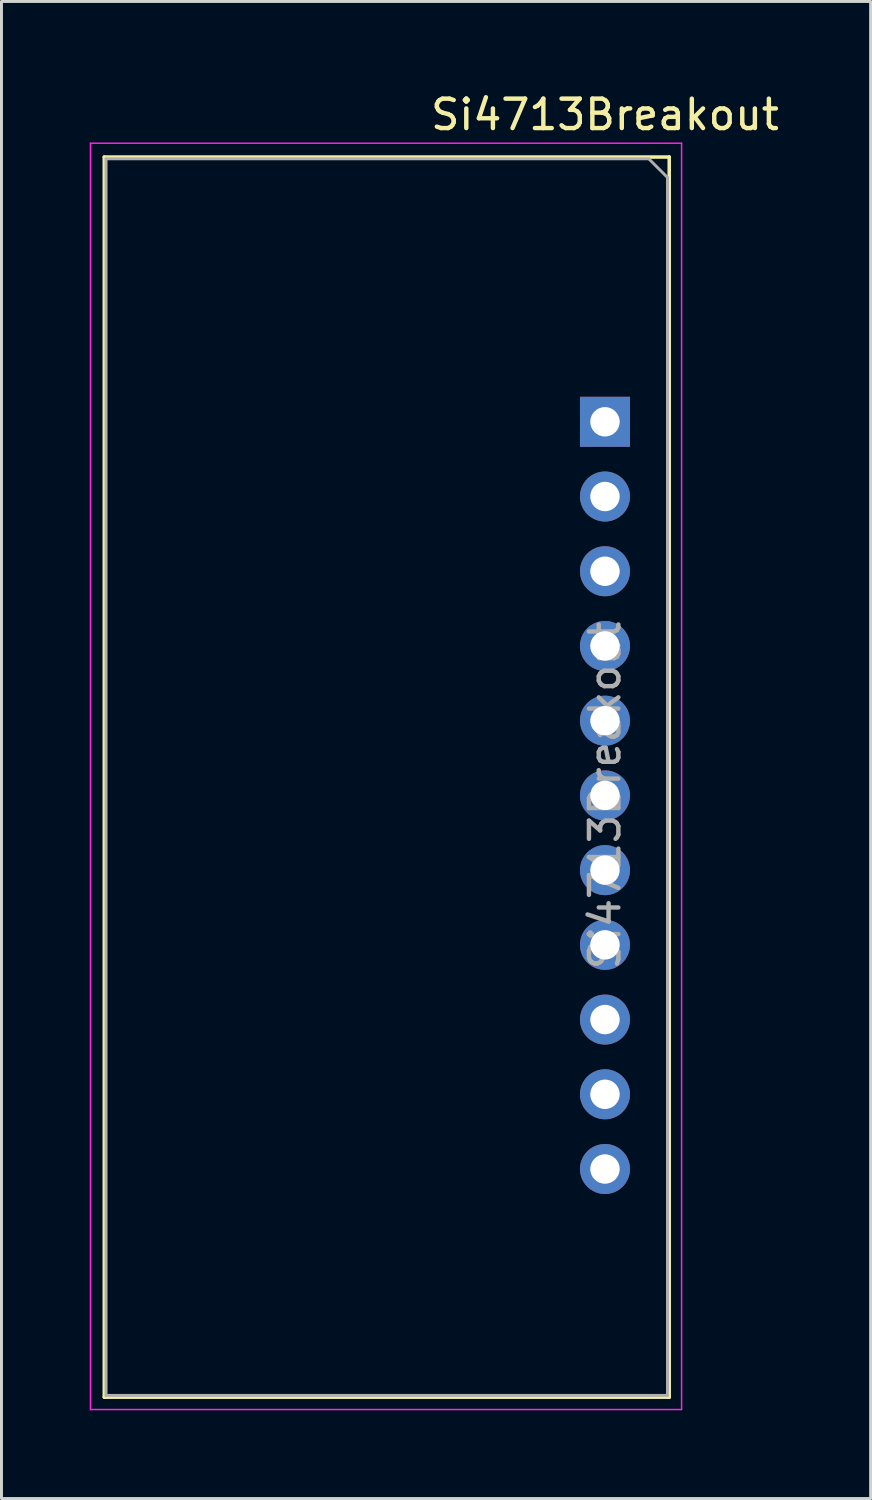
<source format=kicad_pcb>
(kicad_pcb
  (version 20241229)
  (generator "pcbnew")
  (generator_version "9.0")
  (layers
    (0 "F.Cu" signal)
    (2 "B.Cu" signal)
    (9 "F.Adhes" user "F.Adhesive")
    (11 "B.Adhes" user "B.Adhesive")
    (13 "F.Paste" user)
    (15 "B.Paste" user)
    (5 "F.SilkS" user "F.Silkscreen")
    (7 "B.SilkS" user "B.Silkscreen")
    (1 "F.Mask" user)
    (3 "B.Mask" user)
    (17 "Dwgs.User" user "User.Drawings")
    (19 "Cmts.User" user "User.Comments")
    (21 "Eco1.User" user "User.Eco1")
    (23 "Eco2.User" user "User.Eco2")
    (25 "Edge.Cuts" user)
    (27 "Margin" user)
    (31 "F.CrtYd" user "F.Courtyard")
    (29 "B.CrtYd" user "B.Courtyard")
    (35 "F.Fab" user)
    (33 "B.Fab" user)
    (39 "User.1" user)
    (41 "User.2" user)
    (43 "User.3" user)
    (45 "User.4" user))
  (footprint "Si4713Breakout"
    (layer "F.Cu")
    (at 17.515 11.288)
    (property "Reference" "Si4713Breakout" (at 0 -10.44 0) (layer "F.SilkS") (effects (font (size 1 1) (thickness 0.15))))
    (attr through_hole)
    (fp_line (start -17.02 -9) (end -17.02 33.156) (stroke (width 0.12) (type solid)) (layer "F.SilkS"))
    (fp_line (start -17.02 -9) (end 2.184 -9) (stroke (width 0.12) (type solid)) (layer "F.SilkS"))
    (fp_line (start -17.02 33.156) (end 2.184 33.156) (stroke (width 0.12) (type solid)) (layer "F.SilkS"))
    (fp_line (start 2.184 -9) (end 2.184 33.156) (stroke (width 0.12) (type solid)) (layer "F.SilkS"))
    (fp_line (start -17.49 -9.47) (end 2.604 -9.47) (stroke (width 0.05) (type solid)) (layer "F.CrtYd"))
    (fp_line (start -17.49 33.576) (end -17.49 -9.47) (stroke (width 0.05) (type solid)) (layer "F.CrtYd"))
    (fp_line (start 2.604 -9.47) (end 2.604 33.576) (stroke (width 0.05) (type solid)) (layer "F.CrtYd"))
    (fp_line (start 2.604 33.576) (end -17.49 33.576) (stroke (width 0.05) (type solid)) (layer "F.CrtYd"))
    (fp_line (start -16.96 -8.94) (end 1.489 -8.94) (stroke (width 0.1) (type solid)) (layer "F.Fab"))
    (fp_line (start -16.96 33.096) (end -16.96 -8.94) (stroke (width 0.1) (type solid)) (layer "F.Fab"))
    (fp_line (start 1.489 -8.94) (end 2.124 -8.305) (stroke (width 0.1) (type solid)) (layer "F.Fab"))
    (fp_line (start 2.124 -8.305) (end 2.124 33.096) (stroke (width 0.1) (type solid)) (layer "F.Fab"))
    (fp_line (start 2.124 33.096) (end -16.96 33.096) (stroke (width 0.1) (type solid)) (layer "F.Fab"))
    (fp_text user "${REFERENCE}" (at 0 12.7 90) (layer "F.Fab") (effects (font (size 1 1) (thickness 0.15))))
    (pad "1" thru_hole rect (at 0 0) (size 1.7 1.7) (drill 1) (layers "*.Cu" "*.Mask"))
    (pad "2" thru_hole oval (at 0 2.54) (size 1.7 1.7) (drill 1) (layers "*.Cu" "*.Mask"))
    (pad "3" thru_hole oval (at 0 5.08) (size 1.7 1.7) (drill 1) (layers "*.Cu" "*.Mask"))
    (pad "4" thru_hole oval (at 0 7.62) (size 1.7 1.7) (drill 1) (layers "*.Cu" "*.Mask"))
    (pad "5" thru_hole oval (at 0 10.16) (size 1.7 1.7) (drill 1) (layers "*.Cu" "*.Mask"))
    (pad "6" thru_hole oval (at 0 12.7) (size 1.7 1.7) (drill 1) (layers "*.Cu" "*.Mask"))
    (pad "7" thru_hole oval (at 0 15.24) (size 1.7 1.7) (drill 1) (layers "*.Cu" "*.Mask"))
    (pad "8" thru_hole oval (at 0 17.78) (size 1.7 1.7) (drill 1) (layers "*.Cu" "*.Mask"))
    (pad "9" thru_hole oval (at 0 20.32) (size 1.7 1.7) (drill 1) (layers "*.Cu" "*.Mask"))
    (pad "10" thru_hole oval (at 0 22.86) (size 1.7 1.7) (drill 1) (layers "*.Cu" "*.Mask"))
    (pad "11" thru_hole oval (at 0 25.4) (size 1.7 1.7) (drill 1) (layers "*.Cu" "*.Mask")))
  (gr_rect
    (start -3 -3)
    (end 26.545 47.889)
    (stroke (width 0.1) (type default))
    (fill no)
    (layer "Edge.Cuts")))
</source>
